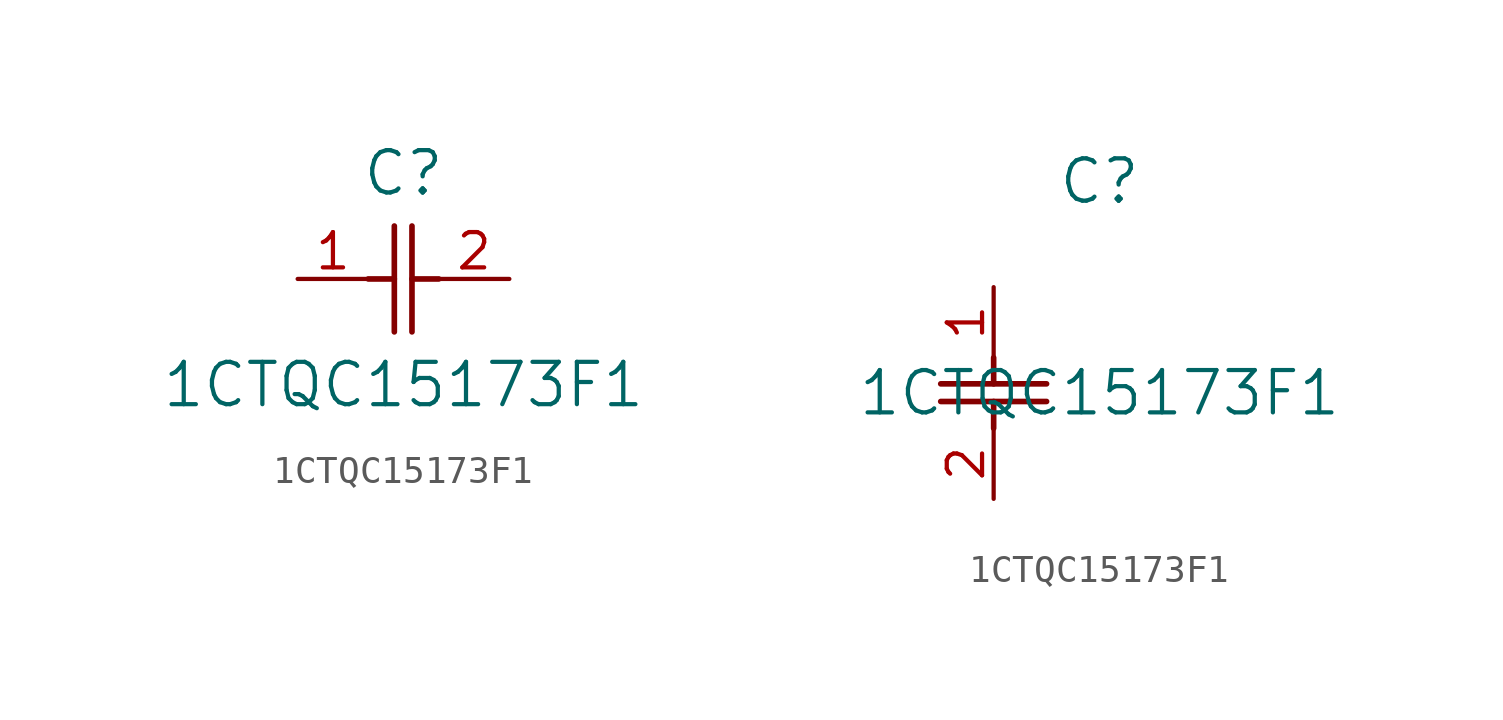
<source format=kicad_sym>
(kicad_symbol_lib
  (version 20231120)
  (generator "kicad_symbol_editor")
  (generator_version "8.0")
  (symbol "1CTQC15173F1"
    (pin_names
      (offset 0.254))
    (property "Reference" "C"
      (at 3.81 3.81 0)
      (effects (font (size 1.524 1.524))))
    (property "Value" "1CTQC15173F1"
      (at 3.81 -3.81 0)
      (effects (font (size 1.524 1.524))))
    (symbol "1CTQC15173F1_1_1"
      (polyline (pts (xy 2.54 0) (xy 3.48 0)) (stroke (width 0.203) (type default)) (fill (type none)))
      (polyline (pts (xy 3.48 -1.905) (xy 3.48 1.905)) (stroke (width 0.203) (type default)) (fill (type none)))
      (polyline (pts (xy 4.115 -1.905) (xy 4.115 1.905)) (stroke (width 0.203) (type default)) (fill (type none)))
      (polyline (pts (xy 4.115 0) (xy 5.08 0)) (stroke (width 0.203) (type default)) (fill (type none)))
      (pin unspecified line (at 0 0 0) (length 2.54) (name "" (effects (font (size 1.27 1.27)))) (number "1" (effects (font (size 1.27 1.27)))))
      (pin unspecified line (at 7.62 0 180) (length 2.54) (name "" (effects (font (size 1.27 1.27)))) (number "2" (effects (font (size 1.27 1.27))))))
    (symbol "1CTQC15173F1_1_2"
      (polyline (pts (xy -1.905 -4.115) (xy 1.905 -4.115)) (stroke (width 0.203) (type default)) (fill (type none)))
      (polyline (pts (xy -1.905 -3.48) (xy 1.905 -3.48)) (stroke (width 0.203) (type default)) (fill (type none)))
      (polyline (pts (xy 0 -4.115) (xy 0 -5.08)) (stroke (width 0.203) (type default)) (fill (type none)))
      (polyline (pts (xy 0 -2.54) (xy 0 -3.48)) (stroke (width 0.203) (type default)) (fill (type none)))
      (pin unspecified line (at 0 0 270) (length 2.54) (name "" (effects (font (size 1.27 1.27)))) (number "1" (effects (font (size 1.27 1.27)))))
      (pin unspecified line (at 0 -7.62 90) (length 2.54) (name "" (effects (font (size 1.27 1.27)))) (number "2" (effects (font (size 1.27 1.27))))))))
</source>
